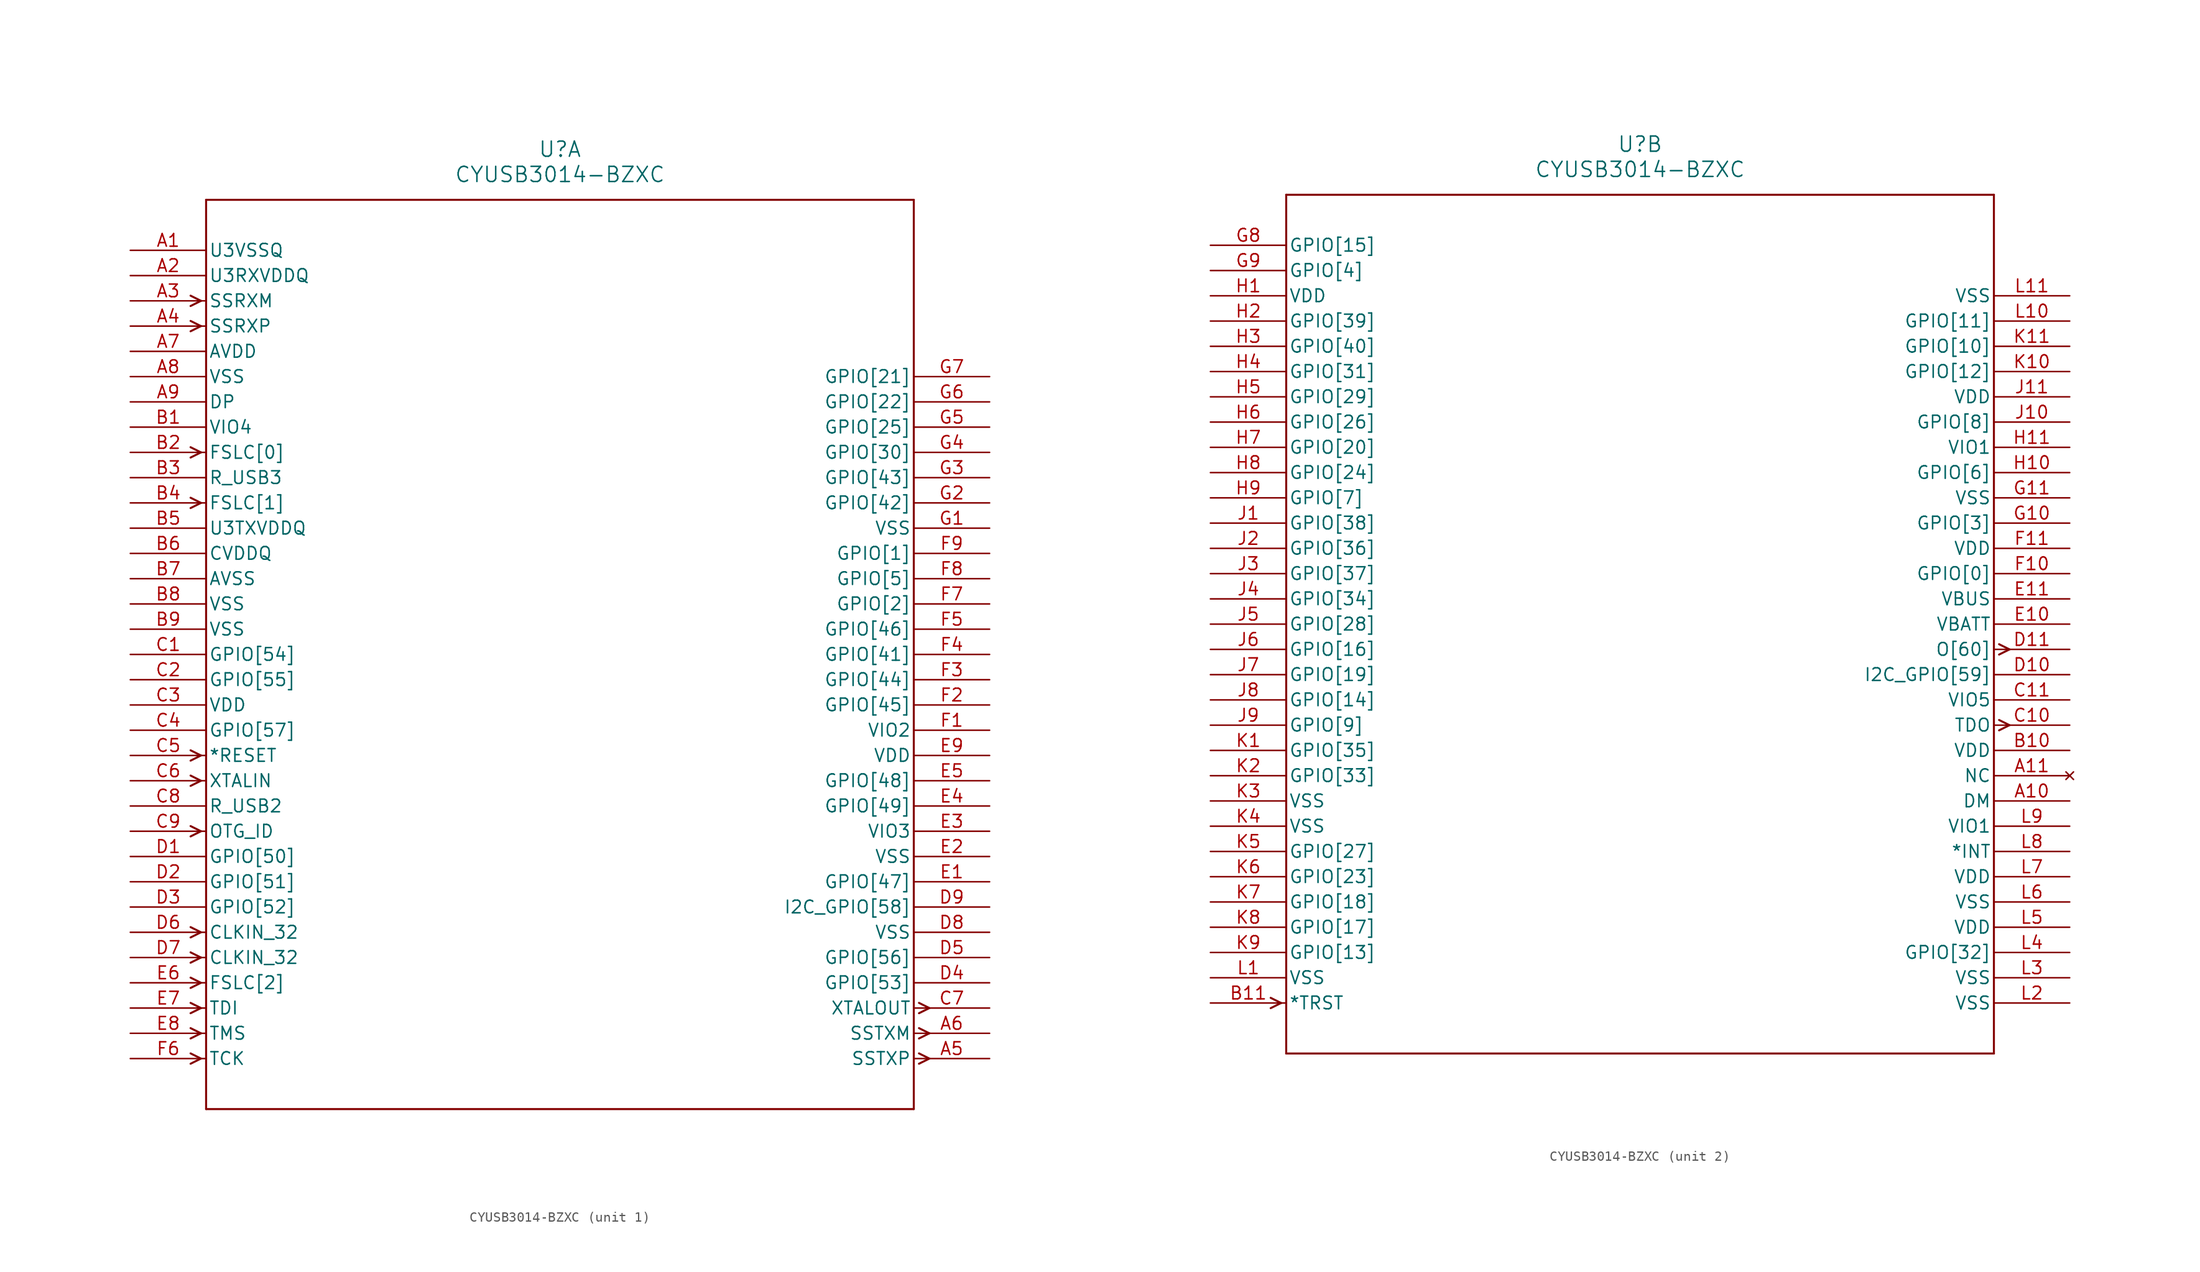
<source format=kicad_sym>
(kicad_symbol_lib
  (version 20220914)
  (generator kicad_symbol_editor)
  (symbol "CYUSB3014-BZXC"
    (pin_names
      (offset 0.254))
    (property "Reference" "U"
      (at 43.18 10.16 0)
      (effects (font (size 1.524 1.524))))
    (property "Value" "CYUSB3014-BZXC"
      (at 43.18 7.62 0)
      (effects (font (size 1.524 1.524))))
    (property "ki_locked" ""
      (at 0 0 0)
      (effects (font (size 1.27 1.27))))
    (symbol "CYUSB3014-BZXC_1_1"
      (polyline (pts (xy 7.099 -81.28) (xy 6.058 -81.801)) (stroke (width 0.203) (type default)) (fill (type none)))
      (polyline (pts (xy 7.099 -81.28) (xy 6.058 -80.759)) (stroke (width 0.203) (type default)) (fill (type none)))
      (polyline (pts (xy 7.099 -78.74) (xy 6.058 -79.261)) (stroke (width 0.203) (type default)) (fill (type none)))
      (polyline (pts (xy 7.099 -78.74) (xy 6.058 -78.219)) (stroke (width 0.203) (type default)) (fill (type none)))
      (polyline (pts (xy 7.099 -76.2) (xy 6.058 -76.721)) (stroke (width 0.203) (type default)) (fill (type none)))
      (polyline (pts (xy 7.099 -76.2) (xy 6.058 -75.679)) (stroke (width 0.203) (type default)) (fill (type none)))
      (polyline (pts (xy 7.099 -73.66) (xy 6.058 -74.181)) (stroke (width 0.203) (type default)) (fill (type none)))
      (polyline (pts (xy 7.099 -73.66) (xy 6.058 -73.139)) (stroke (width 0.203) (type default)) (fill (type none)))
      (polyline (pts (xy 7.099 -71.12) (xy 6.058 -71.641)) (stroke (width 0.203) (type default)) (fill (type none)))
      (polyline (pts (xy 7.099 -71.12) (xy 6.058 -70.599)) (stroke (width 0.203) (type default)) (fill (type none)))
      (polyline (pts (xy 7.099 -68.58) (xy 6.058 -69.101)) (stroke (width 0.203) (type default)) (fill (type none)))
      (polyline (pts (xy 7.099 -68.58) (xy 6.058 -68.059)) (stroke (width 0.203) (type default)) (fill (type none)))
      (polyline (pts (xy 7.099 -58.42) (xy 6.058 -58.941)) (stroke (width 0.203) (type default)) (fill (type none)))
      (polyline (pts (xy 7.099 -58.42) (xy 6.058 -57.899)) (stroke (width 0.203) (type default)) (fill (type none)))
      (polyline (pts (xy 7.099 -53.34) (xy 6.058 -53.861)) (stroke (width 0.203) (type default)) (fill (type none)))
      (polyline (pts (xy 7.099 -53.34) (xy 6.058 -52.819)) (stroke (width 0.203) (type default)) (fill (type none)))
      (polyline (pts (xy 7.099 -50.8) (xy 6.058 -51.321)) (stroke (width 0.203) (type default)) (fill (type none)))
      (polyline (pts (xy 7.099 -50.8) (xy 6.058 -50.279)) (stroke (width 0.203) (type default)) (fill (type none)))
      (polyline (pts (xy 7.099 -25.4) (xy 6.058 -25.921)) (stroke (width 0.203) (type default)) (fill (type none)))
      (polyline (pts (xy 7.099 -25.4) (xy 6.058 -24.879)) (stroke (width 0.203) (type default)) (fill (type none)))
      (polyline (pts (xy 7.099 -20.32) (xy 6.058 -20.841)) (stroke (width 0.203) (type default)) (fill (type none)))
      (polyline (pts (xy 7.099 -20.32) (xy 6.058 -19.799)) (stroke (width 0.203) (type default)) (fill (type none)))
      (polyline (pts (xy 7.099 -7.62) (xy 6.058 -8.141)) (stroke (width 0.203) (type default)) (fill (type none)))
      (polyline (pts (xy 7.099 -7.62) (xy 6.058 -7.099)) (stroke (width 0.203) (type default)) (fill (type none)))
      (polyline (pts (xy 7.099 -5.08) (xy 6.058 -5.601)) (stroke (width 0.203) (type default)) (fill (type none)))
      (polyline (pts (xy 7.099 -5.08) (xy 6.058 -4.559)) (stroke (width 0.203) (type default)) (fill (type none)))
      (polyline (pts (xy 7.62 -86.36) (xy 78.74 -86.36)) (stroke (width 0.203) (type default)) (fill (type none)))
      (polyline (pts (xy 7.62 5.08) (xy 7.62 -86.36)) (stroke (width 0.203) (type default)) (fill (type none)))
      (polyline (pts (xy 78.74 -86.36) (xy 78.74 5.08)) (stroke (width 0.203) (type default)) (fill (type none)))
      (polyline (pts (xy 78.74 5.08) (xy 7.62 5.08)) (stroke (width 0.203) (type default)) (fill (type none)))
      (polyline (pts (xy 79.261 -81.801) (xy 80.302 -81.28)) (stroke (width 0.203) (type default)) (fill (type none)))
      (polyline (pts (xy 79.261 -80.759) (xy 80.302 -81.28)) (stroke (width 0.203) (type default)) (fill (type none)))
      (polyline (pts (xy 79.261 -79.261) (xy 80.302 -78.74)) (stroke (width 0.203) (type default)) (fill (type none)))
      (polyline (pts (xy 79.261 -78.219) (xy 80.302 -78.74)) (stroke (width 0.203) (type default)) (fill (type none)))
      (polyline (pts (xy 79.261 -76.721) (xy 80.302 -76.2)) (stroke (width 0.203) (type default)) (fill (type none)))
      (polyline (pts (xy 79.261 -75.679) (xy 80.302 -76.2)) (stroke (width 0.203) (type default)) (fill (type none)))
      (pin power_in line (at 0 0 0) (length 7.62) (name "U3VSSQ" (effects (font (size 1.27 1.27)))) (number "A1" (effects (font (size 1.27 1.27)))))
      (pin power_in line (at 0 -2.54 0) (length 7.62) (name "U3RXVDDQ" (effects (font (size 1.27 1.27)))) (number "A2" (effects (font (size 1.27 1.27)))))
      (pin input line (at 0 -5.08 0) (length 7.62) (name "SSRXM" (effects (font (size 1.27 1.27)))) (number "A3" (effects (font (size 1.27 1.27)))))
      (pin input line (at 0 -7.62 0) (length 7.62) (name "SSRXP" (effects (font (size 1.27 1.27)))) (number "A4" (effects (font (size 1.27 1.27)))))
      (pin output line (at 86.36 -81.28 180) (length 7.62) (name "SSTXP" (effects (font (size 1.27 1.27)))) (number "A5" (effects (font (size 1.27 1.27)))))
      (pin output line (at 86.36 -78.74 180) (length 7.62) (name "SSTXM" (effects (font (size 1.27 1.27)))) (number "A6" (effects (font (size 1.27 1.27)))))
      (pin power_in line (at 0 -10.16 0) (length 7.62) (name "AVDD" (effects (font (size 1.27 1.27)))) (number "A7" (effects (font (size 1.27 1.27)))))
      (pin power_in line (at 0 -12.7 0) (length 7.62) (name "VSS" (effects (font (size 1.27 1.27)))) (number "A8" (effects (font (size 1.27 1.27)))))
      (pin unspecified line (at 0 -15.24 0) (length 7.62) (name "DP" (effects (font (size 1.27 1.27)))) (number "A9" (effects (font (size 1.27 1.27)))))
      (pin unspecified line (at 0 -17.78 0) (length 7.62) (name "VIO4" (effects (font (size 1.27 1.27)))) (number "B1" (effects (font (size 1.27 1.27)))))
      (pin input line (at 0 -20.32 0) (length 7.62) (name "FSLC[0]" (effects (font (size 1.27 1.27)))) (number "B2" (effects (font (size 1.27 1.27)))))
      (pin unspecified line (at 0 -22.86 0) (length 7.62) (name "R_USB3" (effects (font (size 1.27 1.27)))) (number "B3" (effects (font (size 1.27 1.27)))))
      (pin input line (at 0 -25.4 0) (length 7.62) (name "FSLC[1]" (effects (font (size 1.27 1.27)))) (number "B4" (effects (font (size 1.27 1.27)))))
      (pin power_in line (at 0 -27.94 0) (length 7.62) (name "U3TXVDDQ" (effects (font (size 1.27 1.27)))) (number "B5" (effects (font (size 1.27 1.27)))))
      (pin power_in line (at 0 -30.48 0) (length 7.62) (name "CVDDQ" (effects (font (size 1.27 1.27)))) (number "B6" (effects (font (size 1.27 1.27)))))
      (pin power_in line (at 0 -33.02 0) (length 7.62) (name "AVSS" (effects (font (size 1.27 1.27)))) (number "B7" (effects (font (size 1.27 1.27)))))
      (pin power_in line (at 0 -35.56 0) (length 7.62) (name "VSS" (effects (font (size 1.27 1.27)))) (number "B8" (effects (font (size 1.27 1.27)))))
      (pin power_in line (at 0 -38.1 0) (length 7.62) (name "VSS" (effects (font (size 1.27 1.27)))) (number "B9" (effects (font (size 1.27 1.27)))))
      (pin unspecified line (at 0 -40.64 0) (length 7.62) (name "GPIO[54]" (effects (font (size 1.27 1.27)))) (number "C1" (effects (font (size 1.27 1.27)))))
      (pin unspecified line (at 0 -43.18 0) (length 7.62) (name "GPIO[55]" (effects (font (size 1.27 1.27)))) (number "C2" (effects (font (size 1.27 1.27)))))
      (pin power_in line (at 0 -45.72 0) (length 7.62) (name "VDD" (effects (font (size 1.27 1.27)))) (number "C3" (effects (font (size 1.27 1.27)))))
      (pin unspecified line (at 0 -48.26 0) (length 7.62) (name "GPIO[57]" (effects (font (size 1.27 1.27)))) (number "C4" (effects (font (size 1.27 1.27)))))
      (pin input line (at 0 -50.8 0) (length 7.62) (name "*RESET" (effects (font (size 1.27 1.27)))) (number "C5" (effects (font (size 1.27 1.27)))))
      (pin input line (at 0 -53.34 0) (length 7.62) (name "XTALIN" (effects (font (size 1.27 1.27)))) (number "C6" (effects (font (size 1.27 1.27)))))
      (pin output line (at 86.36 -76.2 180) (length 7.62) (name "XTALOUT" (effects (font (size 1.27 1.27)))) (number "C7" (effects (font (size 1.27 1.27)))))
      (pin unspecified line (at 0 -55.88 0) (length 7.62) (name "R_USB2" (effects (font (size 1.27 1.27)))) (number "C8" (effects (font (size 1.27 1.27)))))
      (pin input line (at 0 -58.42 0) (length 7.62) (name "OTG_ID" (effects (font (size 1.27 1.27)))) (number "C9" (effects (font (size 1.27 1.27)))))
      (pin unspecified line (at 0 -60.96 0) (length 7.62) (name "GPIO[50]" (effects (font (size 1.27 1.27)))) (number "D1" (effects (font (size 1.27 1.27)))))
      (pin unspecified line (at 0 -63.5 0) (length 7.62) (name "GPIO[51]" (effects (font (size 1.27 1.27)))) (number "D2" (effects (font (size 1.27 1.27)))))
      (pin unspecified line (at 0 -66.04 0) (length 7.62) (name "GPIO[52]" (effects (font (size 1.27 1.27)))) (number "D3" (effects (font (size 1.27 1.27)))))
      (pin unspecified line (at 86.36 -73.66 180) (length 7.62) (name "GPIO[53]" (effects (font (size 1.27 1.27)))) (number "D4" (effects (font (size 1.27 1.27)))))
      (pin unspecified line (at 86.36 -71.12 180) (length 7.62) (name "GPIO[56]" (effects (font (size 1.27 1.27)))) (number "D5" (effects (font (size 1.27 1.27)))))
      (pin input line (at 0 -68.58 0) (length 7.62) (name "CLKIN_32" (effects (font (size 1.27 1.27)))) (number "D6" (effects (font (size 1.27 1.27)))))
      (pin input line (at 0 -71.12 0) (length 7.62) (name "CLKIN_32" (effects (font (size 1.27 1.27)))) (number "D7" (effects (font (size 1.27 1.27)))))
      (pin power_in line (at 86.36 -68.58 180) (length 7.62) (name "VSS" (effects (font (size 1.27 1.27)))) (number "D8" (effects (font (size 1.27 1.27)))))
      (pin unspecified line (at 86.36 -66.04 180) (length 7.62) (name "I2C_GPIO[58]" (effects (font (size 1.27 1.27)))) (number "D9" (effects (font (size 1.27 1.27)))))
      (pin unspecified line (at 86.36 -63.5 180) (length 7.62) (name "GPIO[47]" (effects (font (size 1.27 1.27)))) (number "E1" (effects (font (size 1.27 1.27)))))
      (pin power_in line (at 86.36 -60.96 180) (length 7.62) (name "VSS" (effects (font (size 1.27 1.27)))) (number "E2" (effects (font (size 1.27 1.27)))))
      (pin unspecified line (at 86.36 -58.42 180) (length 7.62) (name "VIO3" (effects (font (size 1.27 1.27)))) (number "E3" (effects (font (size 1.27 1.27)))))
      (pin unspecified line (at 86.36 -55.88 180) (length 7.62) (name "GPIO[49]" (effects (font (size 1.27 1.27)))) (number "E4" (effects (font (size 1.27 1.27)))))
      (pin unspecified line (at 86.36 -53.34 180) (length 7.62) (name "GPIO[48]" (effects (font (size 1.27 1.27)))) (number "E5" (effects (font (size 1.27 1.27)))))
      (pin input line (at 0 -73.66 0) (length 7.62) (name "FSLC[2]" (effects (font (size 1.27 1.27)))) (number "E6" (effects (font (size 1.27 1.27)))))
      (pin input line (at 0 -76.2 0) (length 7.62) (name "TDI" (effects (font (size 1.27 1.27)))) (number "E7" (effects (font (size 1.27 1.27)))))
      (pin input line (at 0 -78.74 0) (length 7.62) (name "TMS" (effects (font (size 1.27 1.27)))) (number "E8" (effects (font (size 1.27 1.27)))))
      (pin power_in line (at 86.36 -50.8 180) (length 7.62) (name "VDD" (effects (font (size 1.27 1.27)))) (number "E9" (effects (font (size 1.27 1.27)))))
      (pin unspecified line (at 86.36 -48.26 180) (length 7.62) (name "VIO2" (effects (font (size 1.27 1.27)))) (number "F1" (effects (font (size 1.27 1.27)))))
      (pin unspecified line (at 86.36 -45.72 180) (length 7.62) (name "GPIO[45]" (effects (font (size 1.27 1.27)))) (number "F2" (effects (font (size 1.27 1.27)))))
      (pin unspecified line (at 86.36 -43.18 180) (length 7.62) (name "GPIO[44]" (effects (font (size 1.27 1.27)))) (number "F3" (effects (font (size 1.27 1.27)))))
      (pin unspecified line (at 86.36 -40.64 180) (length 7.62) (name "GPIO[41]" (effects (font (size 1.27 1.27)))) (number "F4" (effects (font (size 1.27 1.27)))))
      (pin unspecified line (at 86.36 -38.1 180) (length 7.62) (name "GPIO[46]" (effects (font (size 1.27 1.27)))) (number "F5" (effects (font (size 1.27 1.27)))))
      (pin input line (at 0 -81.28 0) (length 7.62) (name "TCK" (effects (font (size 1.27 1.27)))) (number "F6" (effects (font (size 1.27 1.27)))))
      (pin unspecified line (at 86.36 -35.56 180) (length 7.62) (name "GPIO[2]" (effects (font (size 1.27 1.27)))) (number "F7" (effects (font (size 1.27 1.27)))))
      (pin unspecified line (at 86.36 -33.02 180) (length 7.62) (name "GPIO[5]" (effects (font (size 1.27 1.27)))) (number "F8" (effects (font (size 1.27 1.27)))))
      (pin unspecified line (at 86.36 -30.48 180) (length 7.62) (name "GPIO[1]" (effects (font (size 1.27 1.27)))) (number "F9" (effects (font (size 1.27 1.27)))))
      (pin power_in line (at 86.36 -27.94 180) (length 7.62) (name "VSS" (effects (font (size 1.27 1.27)))) (number "G1" (effects (font (size 1.27 1.27)))))
      (pin unspecified line (at 86.36 -25.4 180) (length 7.62) (name "GPIO[42]" (effects (font (size 1.27 1.27)))) (number "G2" (effects (font (size 1.27 1.27)))))
      (pin unspecified line (at 86.36 -22.86 180) (length 7.62) (name "GPIO[43]" (effects (font (size 1.27 1.27)))) (number "G3" (effects (font (size 1.27 1.27)))))
      (pin unspecified line (at 86.36 -20.32 180) (length 7.62) (name "GPIO[30]" (effects (font (size 1.27 1.27)))) (number "G4" (effects (font (size 1.27 1.27)))))
      (pin unspecified line (at 86.36 -17.78 180) (length 7.62) (name "GPIO[25]" (effects (font (size 1.27 1.27)))) (number "G5" (effects (font (size 1.27 1.27)))))
      (pin unspecified line (at 86.36 -15.24 180) (length 7.62) (name "GPIO[22]" (effects (font (size 1.27 1.27)))) (number "G6" (effects (font (size 1.27 1.27)))))
      (pin unspecified line (at 86.36 -12.7 180) (length 7.62) (name "GPIO[21]" (effects (font (size 1.27 1.27)))) (number "G7" (effects (font (size 1.27 1.27))))))
    (symbol "CYUSB3014-BZXC_2_1"
      (polyline (pts (xy 7.099 -76.2) (xy 6.058 -76.721)) (stroke (width 0.203) (type default)) (fill (type none)))
      (polyline (pts (xy 7.099 -76.2) (xy 6.058 -75.679)) (stroke (width 0.203) (type default)) (fill (type none)))
      (polyline (pts (xy 7.62 -81.28) (xy 78.74 -81.28)) (stroke (width 0.203) (type default)) (fill (type none)))
      (polyline (pts (xy 7.62 5.08) (xy 7.62 -81.28)) (stroke (width 0.203) (type default)) (fill (type none)))
      (polyline (pts (xy 78.74 -81.28) (xy 78.74 5.08)) (stroke (width 0.203) (type default)) (fill (type none)))
      (polyline (pts (xy 78.74 5.08) (xy 7.62 5.08)) (stroke (width 0.203) (type default)) (fill (type none)))
      (polyline (pts (xy 79.261 -48.781) (xy 80.302 -48.26)) (stroke (width 0.203) (type default)) (fill (type none)))
      (polyline (pts (xy 79.261 -47.739) (xy 80.302 -48.26)) (stroke (width 0.203) (type default)) (fill (type none)))
      (polyline (pts (xy 79.261 -41.161) (xy 80.302 -40.64)) (stroke (width 0.203) (type default)) (fill (type none)))
      (polyline (pts (xy 79.261 -40.119) (xy 80.302 -40.64)) (stroke (width 0.203) (type default)) (fill (type none)))
      (pin unspecified line (at 86.36 -55.88 180) (length 7.62) (name "DM" (effects (font (size 1.27 1.27)))) (number "A10" (effects (font (size 1.27 1.27)))))
      (pin no_connect line (at 86.36 -53.34 180) (length 7.62) (name "NC" (effects (font (size 1.27 1.27)))) (number "A11" (effects (font (size 1.27 1.27)))))
      (pin power_in line (at 86.36 -50.8 180) (length 7.62) (name "VDD" (effects (font (size 1.27 1.27)))) (number "B10" (effects (font (size 1.27 1.27)))))
      (pin input line (at 0 -76.2 0) (length 7.62) (name "*TRST" (effects (font (size 1.27 1.27)))) (number "B11" (effects (font (size 1.27 1.27)))))
      (pin output line (at 86.36 -48.26 180) (length 7.62) (name "TDO" (effects (font (size 1.27 1.27)))) (number "C10" (effects (font (size 1.27 1.27)))))
      (pin unspecified line (at 86.36 -45.72 180) (length 7.62) (name "VIO5" (effects (font (size 1.27 1.27)))) (number "C11" (effects (font (size 1.27 1.27)))))
      (pin unspecified line (at 86.36 -43.18 180) (length 7.62) (name "I2C_GPIO[59]" (effects (font (size 1.27 1.27)))) (number "D10" (effects (font (size 1.27 1.27)))))
      (pin output line (at 86.36 -40.64 180) (length 7.62) (name "O[60]" (effects (font (size 1.27 1.27)))) (number "D11" (effects (font (size 1.27 1.27)))))
      (pin power_in line (at 86.36 -38.1 180) (length 7.62) (name "VBATT" (effects (font (size 1.27 1.27)))) (number "E10" (effects (font (size 1.27 1.27)))))
      (pin power_in line (at 86.36 -35.56 180) (length 7.62) (name "VBUS" (effects (font (size 1.27 1.27)))) (number "E11" (effects (font (size 1.27 1.27)))))
      (pin unspecified line (at 86.36 -33.02 180) (length 7.62) (name "GPIO[0]" (effects (font (size 1.27 1.27)))) (number "F10" (effects (font (size 1.27 1.27)))))
      (pin power_in line (at 86.36 -30.48 180) (length 7.62) (name "VDD" (effects (font (size 1.27 1.27)))) (number "F11" (effects (font (size 1.27 1.27)))))
      (pin unspecified line (at 86.36 -27.94 180) (length 7.62) (name "GPIO[3]" (effects (font (size 1.27 1.27)))) (number "G10" (effects (font (size 1.27 1.27)))))
      (pin power_in line (at 86.36 -25.4 180) (length 7.62) (name "VSS" (effects (font (size 1.27 1.27)))) (number "G11" (effects (font (size 1.27 1.27)))))
      (pin unspecified line (at 0 0 0) (length 7.62) (name "GPIO[15]" (effects (font (size 1.27 1.27)))) (number "G8" (effects (font (size 1.27 1.27)))))
      (pin unspecified line (at 0 -2.54 0) (length 7.62) (name "GPIO[4]" (effects (font (size 1.27 1.27)))) (number "G9" (effects (font (size 1.27 1.27)))))
      (pin power_in line (at 0 -5.08 0) (length 7.62) (name "VDD" (effects (font (size 1.27 1.27)))) (number "H1" (effects (font (size 1.27 1.27)))))
      (pin unspecified line (at 86.36 -22.86 180) (length 7.62) (name "GPIO[6]" (effects (font (size 1.27 1.27)))) (number "H10" (effects (font (size 1.27 1.27)))))
      (pin unspecified line (at 86.36 -20.32 180) (length 7.62) (name "VIO1" (effects (font (size 1.27 1.27)))) (number "H11" (effects (font (size 1.27 1.27)))))
      (pin unspecified line (at 0 -7.62 0) (length 7.62) (name "GPIO[39]" (effects (font (size 1.27 1.27)))) (number "H2" (effects (font (size 1.27 1.27)))))
      (pin unspecified line (at 0 -10.16 0) (length 7.62) (name "GPIO[40]" (effects (font (size 1.27 1.27)))) (number "H3" (effects (font (size 1.27 1.27)))))
      (pin unspecified line (at 0 -12.7 0) (length 7.62) (name "GPIO[31]" (effects (font (size 1.27 1.27)))) (number "H4" (effects (font (size 1.27 1.27)))))
      (pin unspecified line (at 0 -15.24 0) (length 7.62) (name "GPIO[29]" (effects (font (size 1.27 1.27)))) (number "H5" (effects (font (size 1.27 1.27)))))
      (pin unspecified line (at 0 -17.78 0) (length 7.62) (name "GPIO[26]" (effects (font (size 1.27 1.27)))) (number "H6" (effects (font (size 1.27 1.27)))))
      (pin unspecified line (at 0 -20.32 0) (length 7.62) (name "GPIO[20]" (effects (font (size 1.27 1.27)))) (number "H7" (effects (font (size 1.27 1.27)))))
      (pin unspecified line (at 0 -22.86 0) (length 7.62) (name "GPIO[24]" (effects (font (size 1.27 1.27)))) (number "H8" (effects (font (size 1.27 1.27)))))
      (pin unspecified line (at 0 -25.4 0) (length 7.62) (name "GPIO[7]" (effects (font (size 1.27 1.27)))) (number "H9" (effects (font (size 1.27 1.27)))))
      (pin unspecified line (at 0 -27.94 0) (length 7.62) (name "GPIO[38]" (effects (font (size 1.27 1.27)))) (number "J1" (effects (font (size 1.27 1.27)))))
      (pin unspecified line (at 86.36 -17.78 180) (length 7.62) (name "GPIO[8]" (effects (font (size 1.27 1.27)))) (number "J10" (effects (font (size 1.27 1.27)))))
      (pin power_in line (at 86.36 -15.24 180) (length 7.62) (name "VDD" (effects (font (size 1.27 1.27)))) (number "J11" (effects (font (size 1.27 1.27)))))
      (pin unspecified line (at 0 -30.48 0) (length 7.62) (name "GPIO[36]" (effects (font (size 1.27 1.27)))) (number "J2" (effects (font (size 1.27 1.27)))))
      (pin unspecified line (at 0 -33.02 0) (length 7.62) (name "GPIO[37]" (effects (font (size 1.27 1.27)))) (number "J3" (effects (font (size 1.27 1.27)))))
      (pin unspecified line (at 0 -35.56 0) (length 7.62) (name "GPIO[34]" (effects (font (size 1.27 1.27)))) (number "J4" (effects (font (size 1.27 1.27)))))
      (pin unspecified line (at 0 -38.1 0) (length 7.62) (name "GPIO[28]" (effects (font (size 1.27 1.27)))) (number "J5" (effects (font (size 1.27 1.27)))))
      (pin unspecified line (at 0 -40.64 0) (length 7.62) (name "GPIO[16]" (effects (font (size 1.27 1.27)))) (number "J6" (effects (font (size 1.27 1.27)))))
      (pin unspecified line (at 0 -43.18 0) (length 7.62) (name "GPIO[19]" (effects (font (size 1.27 1.27)))) (number "J7" (effects (font (size 1.27 1.27)))))
      (pin unspecified line (at 0 -45.72 0) (length 7.62) (name "GPIO[14]" (effects (font (size 1.27 1.27)))) (number "J8" (effects (font (size 1.27 1.27)))))
      (pin unspecified line (at 0 -48.26 0) (length 7.62) (name "GPIO[9]" (effects (font (size 1.27 1.27)))) (number "J9" (effects (font (size 1.27 1.27)))))
      (pin unspecified line (at 0 -50.8 0) (length 7.62) (name "GPIO[35]" (effects (font (size 1.27 1.27)))) (number "K1" (effects (font (size 1.27 1.27)))))
      (pin unspecified line (at 86.36 -12.7 180) (length 7.62) (name "GPIO[12]" (effects (font (size 1.27 1.27)))) (number "K10" (effects (font (size 1.27 1.27)))))
      (pin unspecified line (at 86.36 -10.16 180) (length 7.62) (name "GPIO[10]" (effects (font (size 1.27 1.27)))) (number "K11" (effects (font (size 1.27 1.27)))))
      (pin unspecified line (at 0 -53.34 0) (length 7.62) (name "GPIO[33]" (effects (font (size 1.27 1.27)))) (number "K2" (effects (font (size 1.27 1.27)))))
      (pin power_in line (at 0 -55.88 0) (length 7.62) (name "VSS" (effects (font (size 1.27 1.27)))) (number "K3" (effects (font (size 1.27 1.27)))))
      (pin power_in line (at 0 -58.42 0) (length 7.62) (name "VSS" (effects (font (size 1.27 1.27)))) (number "K4" (effects (font (size 1.27 1.27)))))
      (pin unspecified line (at 0 -60.96 0) (length 7.62) (name "GPIO[27]" (effects (font (size 1.27 1.27)))) (number "K5" (effects (font (size 1.27 1.27)))))
      (pin unspecified line (at 0 -63.5 0) (length 7.62) (name "GPIO[23]" (effects (font (size 1.27 1.27)))) (number "K6" (effects (font (size 1.27 1.27)))))
      (pin unspecified line (at 0 -66.04 0) (length 7.62) (name "GPIO[18]" (effects (font (size 1.27 1.27)))) (number "K7" (effects (font (size 1.27 1.27)))))
      (pin unspecified line (at 0 -68.58 0) (length 7.62) (name "GPIO[17]" (effects (font (size 1.27 1.27)))) (number "K8" (effects (font (size 1.27 1.27)))))
      (pin unspecified line (at 0 -71.12 0) (length 7.62) (name "GPIO[13]" (effects (font (size 1.27 1.27)))) (number "K9" (effects (font (size 1.27 1.27)))))
      (pin power_in line (at 0 -73.66 0) (length 7.62) (name "VSS" (effects (font (size 1.27 1.27)))) (number "L1" (effects (font (size 1.27 1.27)))))
      (pin unspecified line (at 86.36 -7.62 180) (length 7.62) (name "GPIO[11]" (effects (font (size 1.27 1.27)))) (number "L10" (effects (font (size 1.27 1.27)))))
      (pin power_in line (at 86.36 -5.08 180) (length 7.62) (name "VSS" (effects (font (size 1.27 1.27)))) (number "L11" (effects (font (size 1.27 1.27)))))
      (pin power_in line (at 86.36 -76.2 180) (length 7.62) (name "VSS" (effects (font (size 1.27 1.27)))) (number "L2" (effects (font (size 1.27 1.27)))))
      (pin power_in line (at 86.36 -73.66 180) (length 7.62) (name "VSS" (effects (font (size 1.27 1.27)))) (number "L3" (effects (font (size 1.27 1.27)))))
      (pin unspecified line (at 86.36 -71.12 180) (length 7.62) (name "GPIO[32]" (effects (font (size 1.27 1.27)))) (number "L4" (effects (font (size 1.27 1.27)))))
      (pin power_in line (at 86.36 -68.58 180) (length 7.62) (name "VDD" (effects (font (size 1.27 1.27)))) (number "L5" (effects (font (size 1.27 1.27)))))
      (pin power_in line (at 86.36 -66.04 180) (length 7.62) (name "VSS" (effects (font (size 1.27 1.27)))) (number "L6" (effects (font (size 1.27 1.27)))))
      (pin power_in line (at 86.36 -63.5 180) (length 7.62) (name "VDD" (effects (font (size 1.27 1.27)))) (number "L7" (effects (font (size 1.27 1.27)))))
      (pin unspecified line (at 86.36 -60.96 180) (length 7.62) (name "*INT" (effects (font (size 1.27 1.27)))) (number "L8" (effects (font (size 1.27 1.27)))))
      (pin unspecified line (at 86.36 -58.42 180) (length 7.62) (name "VIO1" (effects (font (size 1.27 1.27)))) (number "L9" (effects (font (size 1.27 1.27))))))))
</source>
